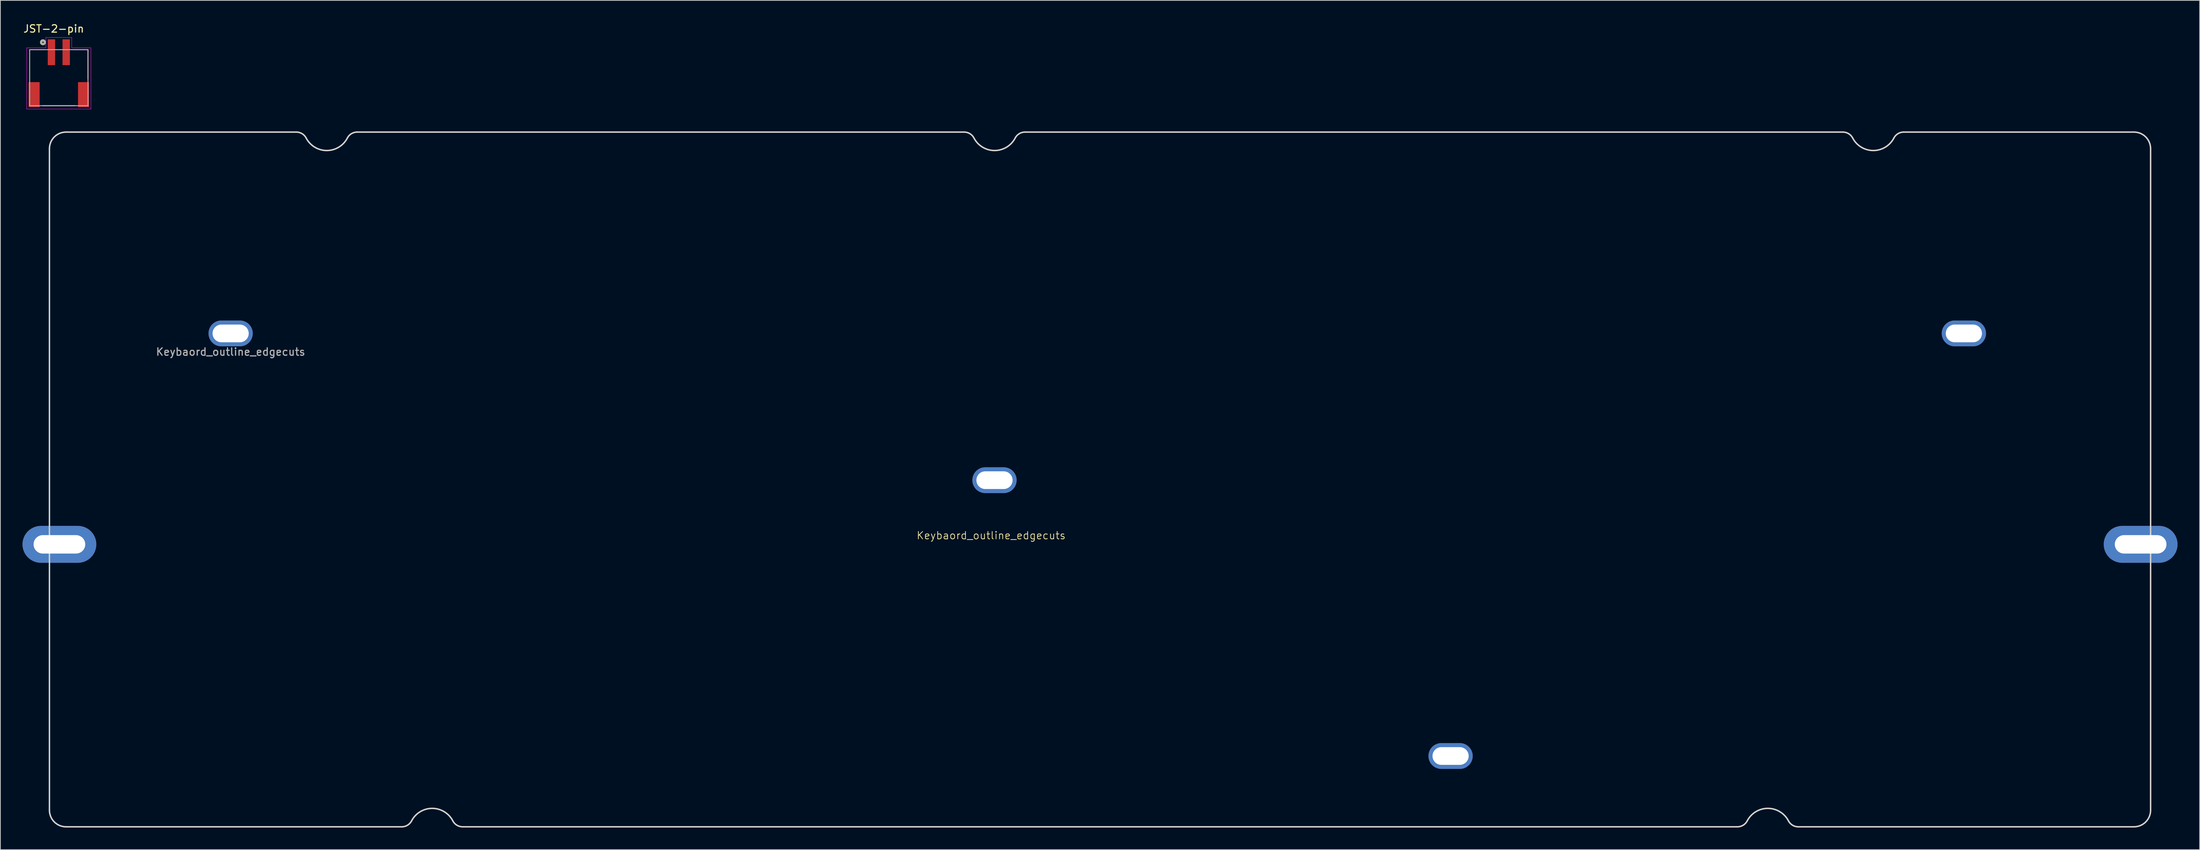
<source format=kicad_pcb>
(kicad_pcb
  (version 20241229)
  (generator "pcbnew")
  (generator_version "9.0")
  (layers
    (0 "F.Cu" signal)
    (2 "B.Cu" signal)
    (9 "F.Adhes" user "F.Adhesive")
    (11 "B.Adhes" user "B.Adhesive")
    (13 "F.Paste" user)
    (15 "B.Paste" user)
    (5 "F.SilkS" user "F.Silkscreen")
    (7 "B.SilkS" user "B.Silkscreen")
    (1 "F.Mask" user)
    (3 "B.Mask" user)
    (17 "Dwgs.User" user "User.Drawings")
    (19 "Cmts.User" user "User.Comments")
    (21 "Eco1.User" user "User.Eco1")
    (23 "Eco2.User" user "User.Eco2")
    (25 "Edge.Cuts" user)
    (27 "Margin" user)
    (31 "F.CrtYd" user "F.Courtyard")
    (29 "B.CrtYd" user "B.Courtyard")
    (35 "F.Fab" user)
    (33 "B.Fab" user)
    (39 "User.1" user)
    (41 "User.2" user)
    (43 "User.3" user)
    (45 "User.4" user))
  (footprint "JST-2-pin"
    (layer "F.Cu")
    (at 4.921 4.034)
    (property "Reference" "JST-2-pin" (at -0.692 -3.184 0) (layer "F.SilkS") (effects (font (size 1.002 1.002) (thickness 0.15))))
    (attr smd)
    (fp_line (start -3.95 -0.35) (end -3.95 3.65) (stroke (width 0.127) (type solid)) (layer "F.SilkS"))
    (fp_line (start -2.2 7.25) (end 2.2 7.25) (stroke (width 0.127) (type solid)) (layer "F.SilkS"))
    (fp_line (start -1.9 -0.35) (end -3.95 -0.35) (stroke (width 0.127) (type solid)) (layer "F.SilkS"))
    (fp_line (start 3.95 -0.35) (end 1.9 -0.35) (stroke (width 0.127) (type solid)) (layer "F.SilkS"))
    (fp_line (start 3.95 3.65) (end 3.95 -0.35) (stroke (width 0.127) (type solid)) (layer "F.SilkS"))
    (fp_circle (center -2.15 -1.35) (end -2.05 -1.35) (stroke (width 0.3) (type solid)) (fill no) (layer "F.SilkS"))
    (fp_line (start -4.35 -0.6) (end -1.75 -0.6) (stroke (width 0.05) (type solid)) (layer "F.CrtYd"))
    (fp_line (start -4.35 7.7) (end -4.35 -0.6) (stroke (width 0.05) (type solid)) (layer "F.CrtYd"))
    (fp_line (start -1.75 -2) (end 1.75 -2) (stroke (width 0.05) (type solid)) (layer "F.CrtYd"))
    (fp_line (start -1.75 -0.6) (end -1.75 -2) (stroke (width 0.05) (type solid)) (layer "F.CrtYd"))
    (fp_line (start 1.75 -2) (end 1.75 -0.6) (stroke (width 0.05) (type solid)) (layer "F.CrtYd"))
    (fp_line (start 1.75 -0.6) (end 4.35 -0.6) (stroke (width 0.05) (type solid)) (layer "F.CrtYd"))
    (fp_line (start 4.35 -0.6) (end 4.35 7.7) (stroke (width 0.05) (type solid)) (layer "F.CrtYd"))
    (fp_line (start 4.35 7.7) (end -4.35 7.7) (stroke (width 0.05) (type solid)) (layer "F.CrtYd"))
    (fp_line (start -3.95 -0.35) (end 3.95 -0.35) (stroke (width 0.127) (type solid)) (layer "F.Fab"))
    (fp_line (start -3.95 7.25) (end -3.95 -0.35) (stroke (width 0.127) (type solid)) (layer "F.Fab"))
    (fp_line (start 3.95 -0.35) (end 3.95 7.25) (stroke (width 0.127) (type solid)) (layer "F.Fab"))
    (fp_line (start 3.95 7.25) (end -3.95 7.25) (stroke (width 0.127) (type solid)) (layer "F.Fab"))
    (fp_circle (center -2.15 -1.35) (end -2.05 -1.35) (stroke (width 0.3) (type solid)) (fill no) (layer "F.Fab"))
    (pad "" smd rect (at -3.35 5.75 180) (size 1.5 3.4) (layers "F.Cu" "F.Mask" "F.Paste"))
    (pad "" smd rect (at 3.35 5.75 180) (size 1.5 3.4) (layers "F.Cu" "F.Mask" "F.Paste"))
    (pad "1" smd rect (at -1 0 180) (size 1 3.5) (layers "F.Cu" "F.Mask" "F.Paste"))
    (pad "2" smd rect (at 1 0 180) (size 1 3.5) (layers "F.Cu" "F.Mask" "F.Paste")))
  (footprint "Keybaord_outline_edgecuts"
    (layer "F.Cu")
    (at 131.7 62.059)
    (property "Reference" "Keybaord_outline_edgecuts" (at -0.456 7.5 0) (unlocked yes) (layer "F.SilkS") (effects (font (size 1 1) (thickness 0.1))))
    (fp_line (start -128.05 44.75) (end -128.05 -44.95) (stroke (width 0.2) (type solid)) (layer "Edge.Cuts"))
    (fp_line (start -94.598 -47.2) (end -125.8 -47.2) (stroke (width 0.2) (type solid)) (layer "Edge.Cuts"))
    (fp_line (start -80.311 47) (end -125.8 47) (stroke (width 0.2) (type solid)) (layer "Edge.Cuts"))
    (fp_line (start -4.111 -47.2) (end -86.352 -47.2) (stroke (width 0.2) (type solid)) (layer "Edge.Cuts"))
    (fp_line (start 100.664 47) (end -72.064 47) (stroke (width 0.2) (type solid)) (layer "Edge.Cuts"))
    (fp_line (start 114.952 -47.2) (end 4.136 -47.2) (stroke (width 0.2) (type solid)) (layer "Edge.Cuts"))
    (fp_line (start 154.4 -47.2) (end 123.198 -47.2) (stroke (width 0.2) (type solid)) (layer "Edge.Cuts"))
    (fp_line (start 154.4 47) (end 108.911 47) (stroke (width 0.2) (type solid)) (layer "Edge.Cuts"))
    (fp_line (start 156.65 44.75) (end 156.65 -44.95) (stroke (width 0.2) (type solid)) (layer "Edge.Cuts"))
    (fp_arc (start -128.05 -44.95) (mid -127.39097 -46.54097) (end -125.8 -47.2) (stroke (width 0.2) (type solid)) (layer "Edge.Cuts"))
    (fp_arc (start -125.8 47) (mid -127.390982 46.340982) (end -128.05 44.75) (stroke (width 0.2) (type solid)) (layer "Edge.Cuts"))
    (fp_arc (start -94.598106 -47.2) (mid -93.820397 -46.982632) (end -93.268071 -46.393549) (stroke (width 0.2) (type solid)) (layer "Edge.Cuts"))
    (fp_arc (start -87.681929 -46.393548) (mid -90.475 -44.699979) (end -93.268071 -46.393549) (stroke (width 0.2) (type solid)) (layer "Edge.Cuts"))
    (fp_arc (start -87.681928 -46.393548) (mid -87.129602 -46.982636) (end -86.351894 -47.2) (stroke (width 0.2) (type solid)) (layer "Edge.Cuts"))
    (fp_arc (start -78.980572 46.193548) (mid -76.1875 44.499999) (end -73.394428 46.193548) (stroke (width 0.2) (type solid)) (layer "Edge.Cuts"))
    (fp_arc (start -78.980571 46.193548) (mid -79.532897 46.782637) (end -80.310605 47) (stroke (width 0.2) (type solid)) (layer "Edge.Cuts"))
    (fp_arc (start -72.064394 47) (mid -72.84211 46.782641) (end -73.394428 46.193548) (stroke (width 0.2) (type solid)) (layer "Edge.Cuts"))
    (fp_arc (start -4.110606 -47.2) (mid -3.33289 -46.982641) (end -2.780571 -46.393549) (stroke (width 0.2) (type solid)) (layer "Edge.Cuts"))
    (fp_arc (start 2.805571 -46.393548) (mid 0.0125 -44.7) (end -2.780571 -46.393549) (stroke (width 0.2) (type solid)) (layer "Edge.Cuts"))
    (fp_arc (start 2.805572 -46.393548) (mid 3.357898 -46.982636) (end 4.135606 -47.2) (stroke (width 0.2) (type solid)) (layer "Edge.Cuts"))
    (fp_arc (start 101.994428 46.193548) (mid 104.7875 44.499999) (end 107.580572 46.193548) (stroke (width 0.2) (type solid)) (layer "Edge.Cuts"))
    (fp_arc (start 101.994429 46.193548) (mid 101.442103 46.782637) (end 100.664395 47) (stroke (width 0.2) (type solid)) (layer "Edge.Cuts"))
    (fp_arc (start 108.910606 47) (mid 108.13289 46.782641) (end 107.580572 46.193548) (stroke (width 0.2) (type solid)) (layer "Edge.Cuts"))
    (fp_arc (start 114.951894 -47.2) (mid 115.72961 -46.982641) (end 116.281929 -46.393549) (stroke (width 0.2) (type solid)) (layer "Edge.Cuts"))
    (fp_arc (start 121.868071 -46.393548) (mid 119.075 -44.7) (end 116.281929 -46.393549) (stroke (width 0.2) (type solid)) (layer "Edge.Cuts"))
    (fp_arc (start 121.868072 -46.393548) (mid 122.420398 -46.982636) (end 123.198106 -47.2) (stroke (width 0.2) (type solid)) (layer "Edge.Cuts"))
    (fp_arc (start 154.4 -47.2) (mid 155.99099 -46.54099) (end 156.65 -44.95) (stroke (width 0.2) (type solid)) (layer "Edge.Cuts"))
    (fp_arc (start 156.65 44.75) (mid 155.99102 46.34102) (end 154.4 47) (stroke (width 0.2) (type solid)) (layer "Edge.Cuts"))
    (fp_text user "${REFERENCE}" (at -103.5 -17.4 0) (unlocked yes) (layer "F.Fab") (effects (font (size 1 1) (thickness 0.15))))
    (fp_text user "${REFERENCE}" (at -103.5 -17.4 0) (unlocked yes) (layer "F.Fab") (effects (font (size 1 1) (thickness 0.15))))
    (pad "" thru_hole oval (at -126.7 8.7) (size 10 5.001) (drill oval 7 2.499) (layers "*.Cu" "*.Mask"))
    (pad "" thru_hole oval (at -103.5 -19.9 90) (size 3.5 6) (drill oval 2.4 4.9) (layers "*.Cu" "*.Mask"))
    (pad "" thru_hole oval (at 0 0 90) (size 3.5 6) (drill oval 2.4 4.9) (layers "*.Cu" "*.Mask"))
    (pad "" thru_hole oval (at 61.8 37.4 90) (size 3.5 6) (drill oval 2.4 4.9) (layers "*.Cu" "*.Mask"))
    (pad "" thru_hole oval (at 131.35 -19.9 90) (size 3.5 6) (drill oval 2.4 4.9) (layers "*.Cu" "*.Mask"))
    (pad "" thru_hole oval (at 155.3 8.7) (size 10 5.001) (drill oval 7 2.499) (layers "*.Cu" "*.Mask")))
  (gr_rect
    (start -3 -3)
    (end 295 112.159)
    (stroke (width 0.1) (type default))
    (fill no)
    (layer "Edge.Cuts")))
</source>
